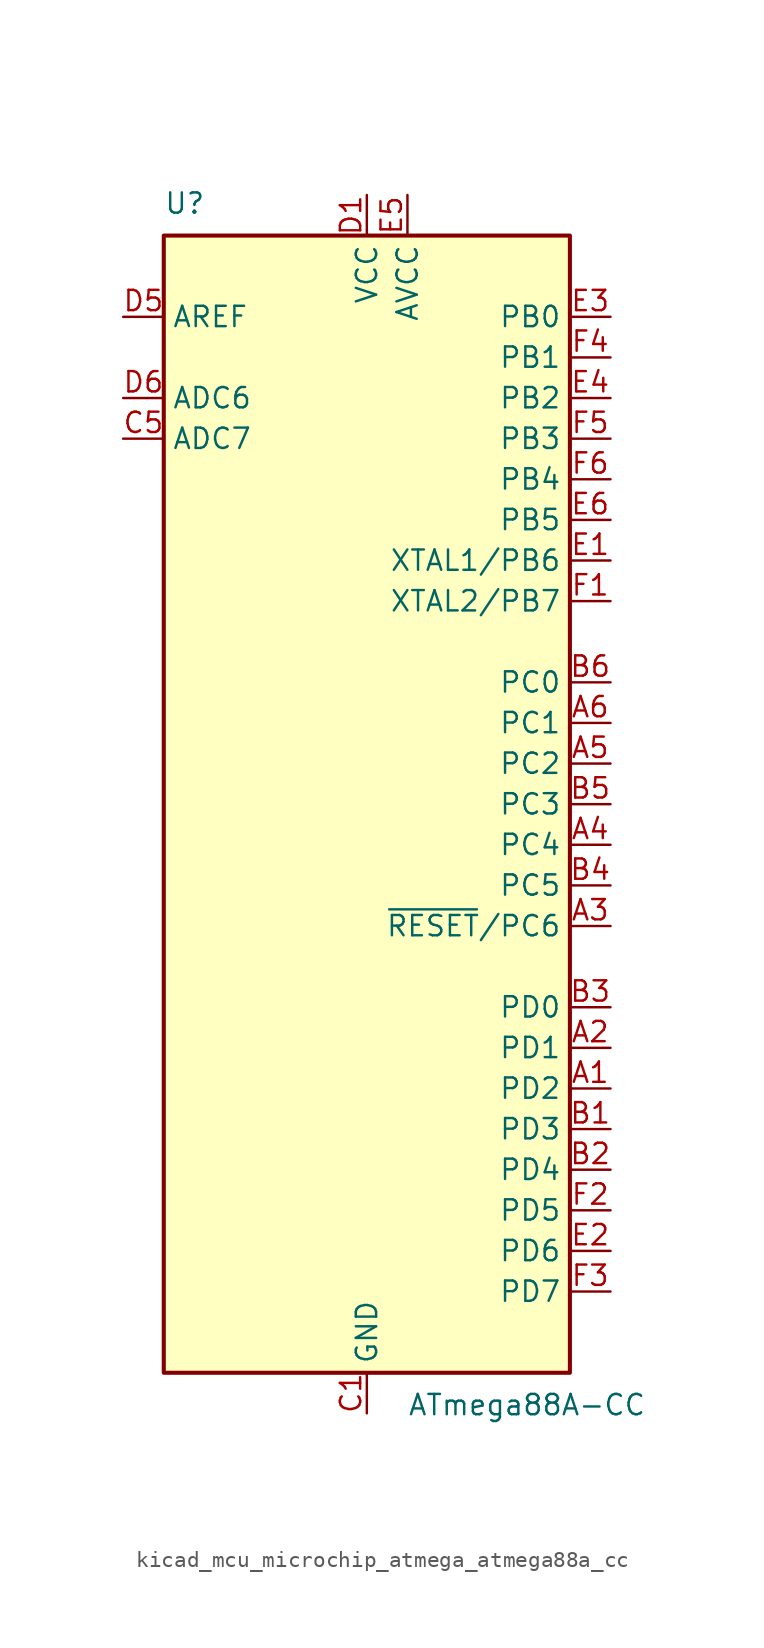
<source format=kicad_sym>
(kicad_symbol_lib
  (version 20220914)
  (generator kicad_symbol_editor)
  (symbol "kicad_mcu_microchip_atmega_atmega88a_cc"
    (property "Reference" "U"
      (at -12.7 36.83 0)
      (effects (font (size 1.27 1.27)) (justify left bottom)))
    (property "Value" "ATmega88A-CC"
      (at 2.54 -36.83 0)
      (effects (font (size 1.27 1.27)) (justify left top)))
    (symbol "kicad_mcu_microchip_atmega_atmega88a_cc_0_1"
      (rectangle (start -12.7 -35.56) (end 12.7 35.56) (stroke (width 0.254) (type default)) (fill (type background))))
    (symbol "kicad_mcu_microchip_atmega_atmega88a_cc_1_1"
      (pin bidirectional line (at 15.24 -17.78 180) (length 2.54) (name "PD2" (effects (font (size 1.27 1.27)))) (number "A1" (effects (font (size 1.27 1.27)))))
      (pin bidirectional line (at 15.24 -15.24 180) (length 2.54) (name "PD1" (effects (font (size 1.27 1.27)))) (number "A2" (effects (font (size 1.27 1.27)))))
      (pin bidirectional line (at 15.24 -7.62 180) (length 2.54) (name "~{RESET}/PC6" (effects (font (size 1.27 1.27)))) (number "A3" (effects (font (size 1.27 1.27)))))
      (pin bidirectional line (at 15.24 -2.54 180) (length 2.54) (name "PC4" (effects (font (size 1.27 1.27)))) (number "A4" (effects (font (size 1.27 1.27)))))
      (pin bidirectional line (at 15.24 2.54 180) (length 2.54) (name "PC2" (effects (font (size 1.27 1.27)))) (number "A5" (effects (font (size 1.27 1.27)))))
      (pin bidirectional line (at 15.24 5.08 180) (length 2.54) (name "PC1" (effects (font (size 1.27 1.27)))) (number "A6" (effects (font (size 1.27 1.27)))))
      (pin bidirectional line (at 15.24 -20.32 180) (length 2.54) (name "PD3" (effects (font (size 1.27 1.27)))) (number "B1" (effects (font (size 1.27 1.27)))))
      (pin bidirectional line (at 15.24 -22.86 180) (length 2.54) (name "PD4" (effects (font (size 1.27 1.27)))) (number "B2" (effects (font (size 1.27 1.27)))))
      (pin bidirectional line (at 15.24 -12.7 180) (length 2.54) (name "PD0" (effects (font (size 1.27 1.27)))) (number "B3" (effects (font (size 1.27 1.27)))))
      (pin bidirectional line (at 15.24 -5.08 180) (length 2.54) (name "PC5" (effects (font (size 1.27 1.27)))) (number "B4" (effects (font (size 1.27 1.27)))))
      (pin bidirectional line (at 15.24 0 180) (length 2.54) (name "PC3" (effects (font (size 1.27 1.27)))) (number "B5" (effects (font (size 1.27 1.27)))))
      (pin bidirectional line (at 15.24 7.62 180) (length 2.54) (name "PC0" (effects (font (size 1.27 1.27)))) (number "B6" (effects (font (size 1.27 1.27)))))
      (pin power_in line (at 0 -38.1 90) (length 2.54) (name "GND" (effects (font (size 1.27 1.27)))) (number "C1" (effects (font (size 1.27 1.27)))))
      (pin passive line (at 0 -38.1 90) (length 2.54) hide (name "GND" (effects (font (size 1.27 1.27)))) (number "C2" (effects (font (size 1.27 1.27)))))
      (pin input line (at -15.24 22.86 0) (length 2.54) (name "ADC7" (effects (font (size 1.27 1.27)))) (number "C5" (effects (font (size 1.27 1.27)))))
      (pin passive line (at 0 -38.1 90) (length 2.54) hide (name "GND" (effects (font (size 1.27 1.27)))) (number "C6" (effects (font (size 1.27 1.27)))))
      (pin power_in line (at 0 38.1 270) (length 2.54) (name "VCC" (effects (font (size 1.27 1.27)))) (number "D1" (effects (font (size 1.27 1.27)))))
      (pin passive line (at 0 38.1 270) (length 2.54) hide (name "VCC" (effects (font (size 1.27 1.27)))) (number "D2" (effects (font (size 1.27 1.27)))))
      (pin passive line (at -15.24 30.48 0) (length 2.54) (name "AREF" (effects (font (size 1.27 1.27)))) (number "D5" (effects (font (size 1.27 1.27)))))
      (pin input line (at -15.24 25.4 0) (length 2.54) (name "ADC6" (effects (font (size 1.27 1.27)))) (number "D6" (effects (font (size 1.27 1.27)))))
      (pin bidirectional line (at 15.24 15.24 180) (length 2.54) (name "XTAL1/PB6" (effects (font (size 1.27 1.27)))) (number "E1" (effects (font (size 1.27 1.27)))))
      (pin bidirectional line (at 15.24 -27.94 180) (length 2.54) (name "PD6" (effects (font (size 1.27 1.27)))) (number "E2" (effects (font (size 1.27 1.27)))))
      (pin bidirectional line (at 15.24 30.48 180) (length 2.54) (name "PB0" (effects (font (size 1.27 1.27)))) (number "E3" (effects (font (size 1.27 1.27)))))
      (pin bidirectional line (at 15.24 25.4 180) (length 2.54) (name "PB2" (effects (font (size 1.27 1.27)))) (number "E4" (effects (font (size 1.27 1.27)))))
      (pin power_in line (at 2.54 38.1 270) (length 2.54) (name "AVCC" (effects (font (size 1.27 1.27)))) (number "E5" (effects (font (size 1.27 1.27)))))
      (pin bidirectional line (at 15.24 17.78 180) (length 2.54) (name "PB5" (effects (font (size 1.27 1.27)))) (number "E6" (effects (font (size 1.27 1.27)))))
      (pin bidirectional line (at 15.24 12.7 180) (length 2.54) (name "XTAL2/PB7" (effects (font (size 1.27 1.27)))) (number "F1" (effects (font (size 1.27 1.27)))))
      (pin bidirectional line (at 15.24 -25.4 180) (length 2.54) (name "PD5" (effects (font (size 1.27 1.27)))) (number "F2" (effects (font (size 1.27 1.27)))))
      (pin bidirectional line (at 15.24 -30.48 180) (length 2.54) (name "PD7" (effects (font (size 1.27 1.27)))) (number "F3" (effects (font (size 1.27 1.27)))))
      (pin bidirectional line (at 15.24 27.94 180) (length 2.54) (name "PB1" (effects (font (size 1.27 1.27)))) (number "F4" (effects (font (size 1.27 1.27)))))
      (pin bidirectional line (at 15.24 22.86 180) (length 2.54) (name "PB3" (effects (font (size 1.27 1.27)))) (number "F5" (effects (font (size 1.27 1.27)))))
      (pin bidirectional line (at 15.24 20.32 180) (length 2.54) (name "PB4" (effects (font (size 1.27 1.27)))) (number "F6" (effects (font (size 1.27 1.27))))))))
</source>
